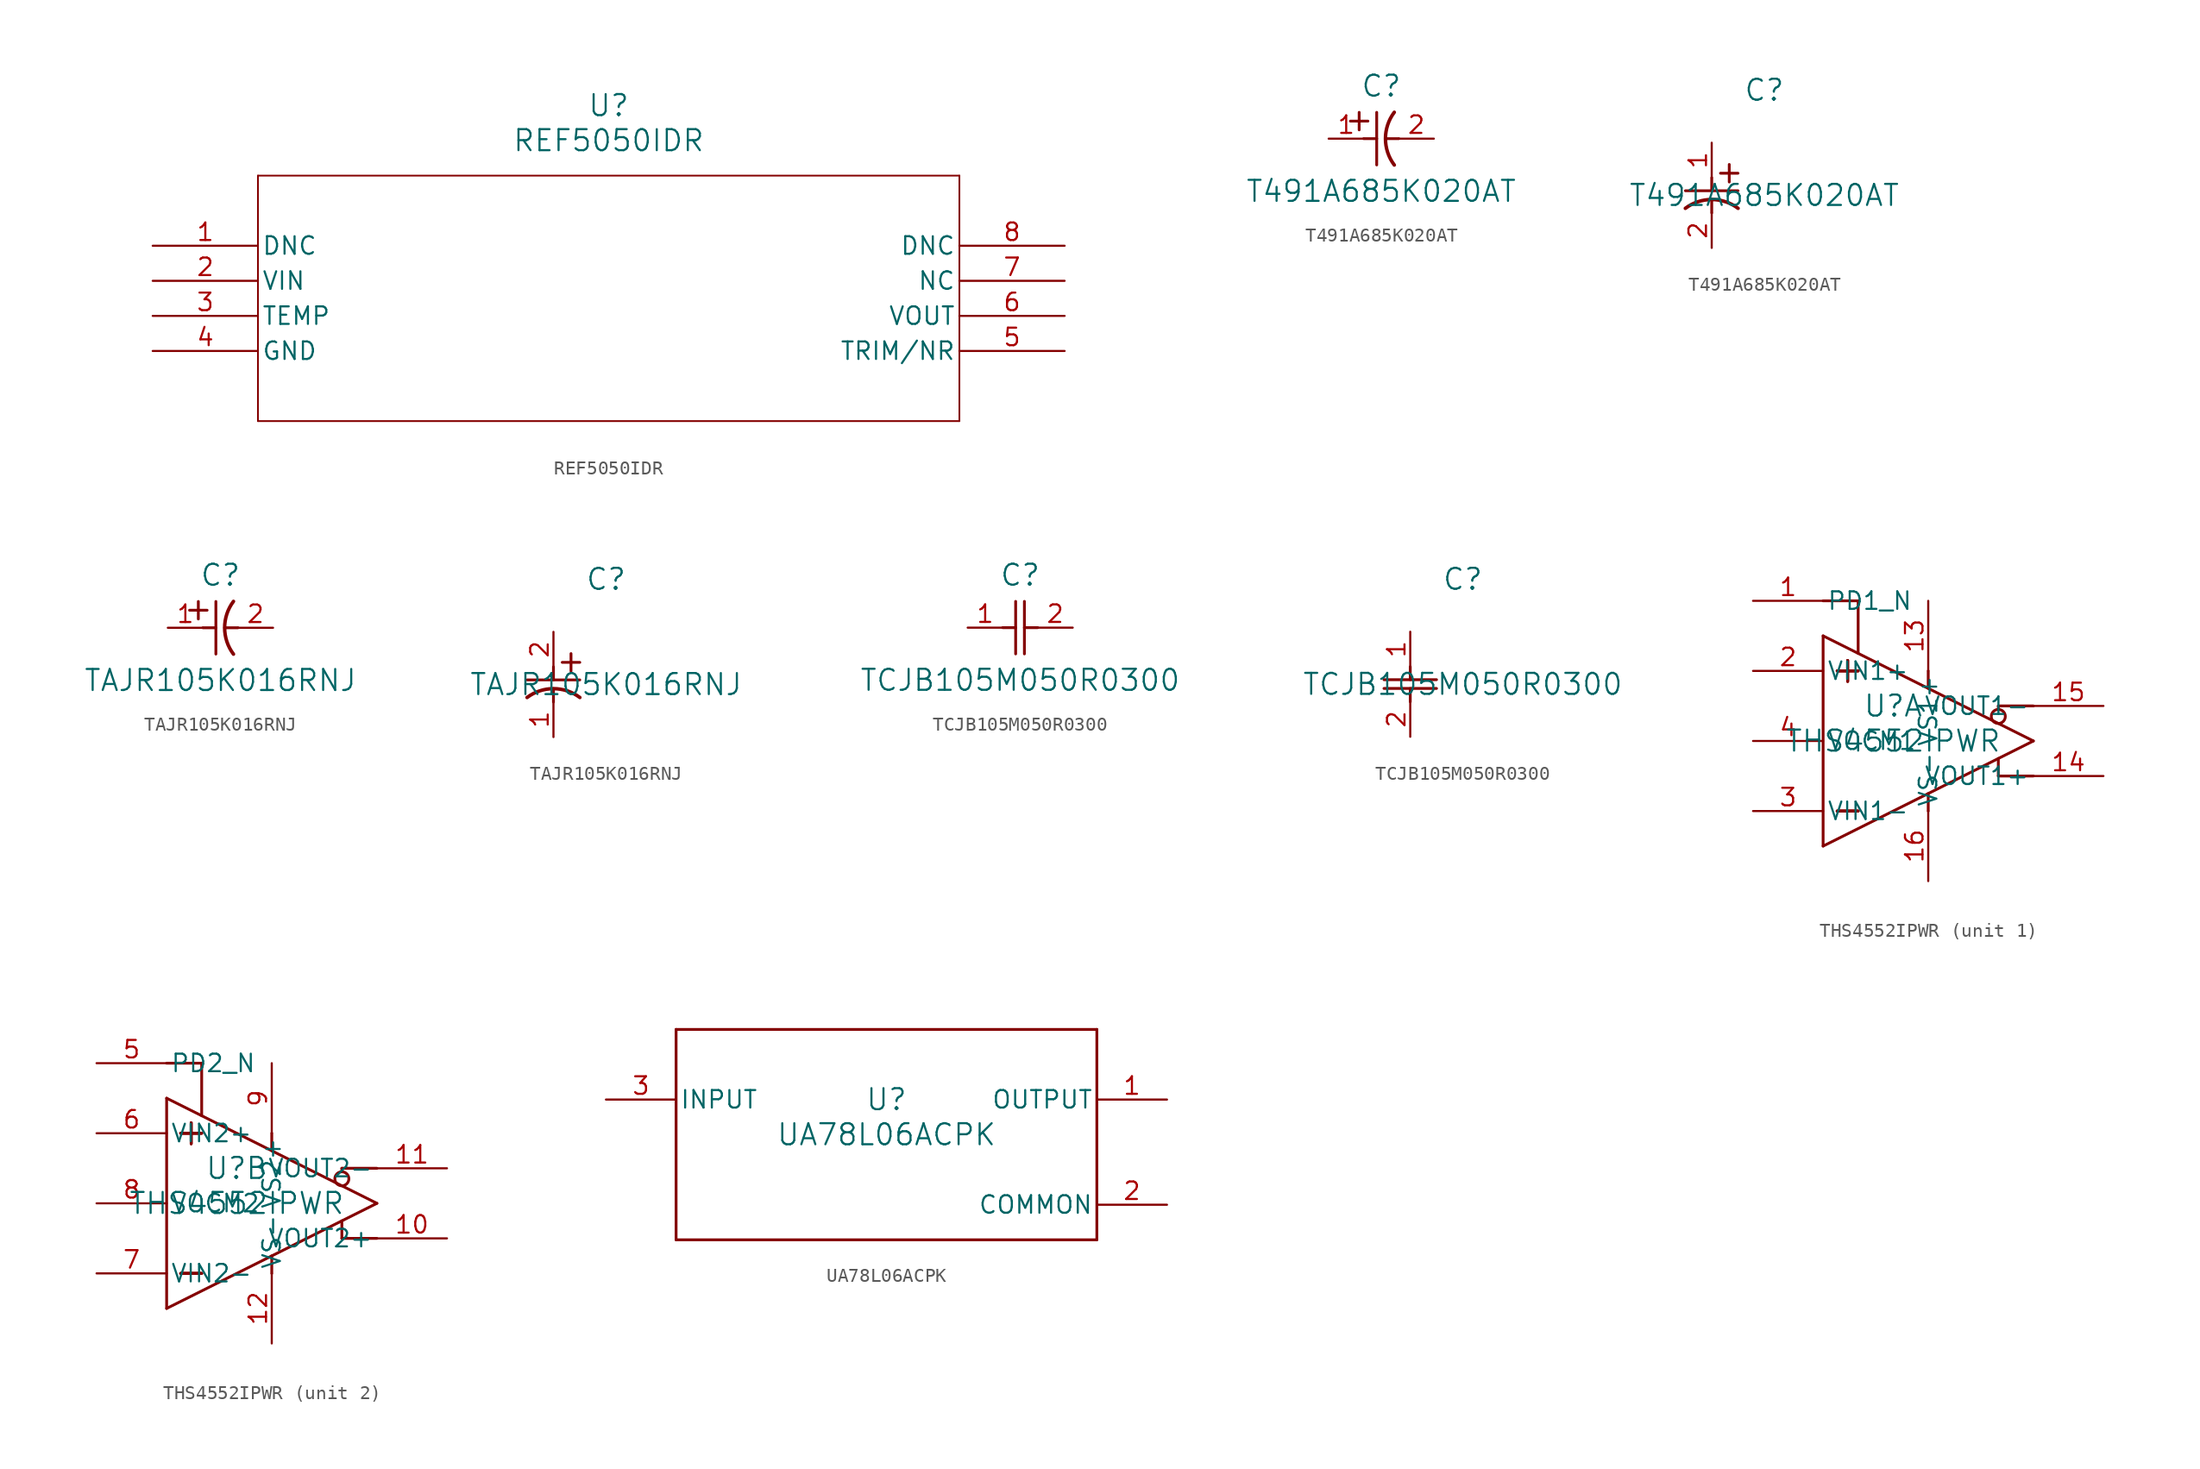
<source format=kicad_sym>
(kicad_symbol_lib
  (version 20241209)
  (generator "kicad_symbol_editor")
  (generator_version "9.0")
  (symbol "REF5050IDR"
    (pin_names
      (offset 0.254))
    (property "Reference" "U"
      (at 33.02 10.16 0)
      (effects (font (size 1.524 1.524))))
    (property "Value" "REF5050IDR"
      (at 33.02 7.62 0)
      (effects (font (size 1.524 1.524))))
    (property "ki_locked" ""
      (at 0 0 0)
      (effects (font (size 1.27 1.27))))
    (symbol "REF5050IDR_0_1"
      (polyline (pts (xy 7.62 5.08) (xy 7.62 -12.7)) (stroke (width 0.127) (type default)) (fill (type none)))
      (polyline (pts (xy 7.62 -12.7) (xy 58.42 -12.7)) (stroke (width 0.127) (type default)) (fill (type none)))
      (polyline (pts (xy 58.42 5.08) (xy 7.62 5.08)) (stroke (width 0.127) (type default)) (fill (type none)))
      (polyline (pts (xy 58.42 -12.7) (xy 58.42 5.08)) (stroke (width 0.127) (type default)) (fill (type none)))
      (pin unspecified line (at 0 0 0) (length 7.62) (name "DNC" (effects (font (size 1.27 1.27)))) (number "1" (effects (font (size 1.27 1.27)))))
      (pin input line (at 0 -2.54 0) (length 7.62) (name "VIN" (effects (font (size 1.27 1.27)))) (number "2" (effects (font (size 1.27 1.27)))))
      (pin unspecified line (at 0 -5.08 0) (length 7.62) (name "TEMP" (effects (font (size 1.27 1.27)))) (number "3" (effects (font (size 1.27 1.27)))))
      (pin unspecified line (at 0 -7.62 0) (length 7.62) (name "GND" (effects (font (size 1.27 1.27)))) (number "4" (effects (font (size 1.27 1.27)))))
      (pin unspecified line (at 66.04 0 180) (length 7.62) (name "DNC" (effects (font (size 1.27 1.27)))) (number "8" (effects (font (size 1.27 1.27)))))
      (pin unspecified line (at 66.04 -2.54 180) (length 7.62) (name "NC" (effects (font (size 1.27 1.27)))) (number "7" (effects (font (size 1.27 1.27)))))
      (pin output line (at 66.04 -5.08 180) (length 7.62) (name "VOUT" (effects (font (size 1.27 1.27)))) (number "6" (effects (font (size 1.27 1.27)))))
      (pin unspecified line (at 66.04 -7.62 180) (length 7.62) (name "TRIM/NR" (effects (font (size 1.27 1.27)))) (number "5" (effects (font (size 1.27 1.27)))))))
  (symbol "T491A685K020AT"
    (pin_names
      (offset 0.254))
    (property "Reference" "C"
      (at 3.81 3.81 0)
      (effects (font (size 1.524 1.524))))
    (property "Value" "T491A685K020AT"
      (at 3.81 -3.81 0)
      (effects (font (size 1.524 1.524))))
    (property "ki_locked" ""
      (at 0 0 0)
      (effects (font (size 1.27 1.27))))
    (symbol "T491A685K020AT_1_1"
      (polyline (pts (xy 1.575 1.27) (xy 2.845 1.27)) (stroke (width 0.203) (type default)) (fill (type none)))
      (polyline (pts (xy 2.21 0.635) (xy 2.21 1.905)) (stroke (width 0.203) (type default)) (fill (type none)))
      (polyline (pts (xy 2.54 0) (xy 3.48 0)) (stroke (width 0.203) (type default)) (fill (type none)))
      (polyline (pts (xy 3.48 -1.905) (xy 3.48 1.905)) (stroke (width 0.203) (type default)) (fill (type none)))
      (polyline (pts (xy 4.115 0) (xy 5.08 0)) (stroke (width 0.203) (type default)) (fill (type none)))
      (arc (start 4.7541 -1.9108) (mid 4.1148 0) (end 4.7541 1.9108) (stroke (width 0.254) (type default)) (fill (type none)))
      (pin unspecified line (at 0 0 0) (length 2.54) (name "" (effects (font (size 1.27 1.27)))) (number "1" (effects (font (size 1.27 1.27)))))
      (pin unspecified line (at 7.62 0 180) (length 2.54) (name "" (effects (font (size 1.27 1.27)))) (number "2" (effects (font (size 1.27 1.27))))))
    (symbol "T491A685K020AT_1_2"
      (polyline (pts (xy -1.905 -3.48) (xy 1.905 -3.48)) (stroke (width 0.203) (type default)) (fill (type none)))
      (polyline (pts (xy 0 -2.54) (xy 0 -3.48)) (stroke (width 0.203) (type default)) (fill (type none)))
      (polyline (pts (xy 0 -4.115) (xy 0 -5.08)) (stroke (width 0.203) (type default)) (fill (type none)))
      (arc (start -1.9108 -4.7541) (mid 0 -4.1148) (end 1.9108 -4.7541) (stroke (width 0.254) (type default)) (fill (type none)))
      (polyline (pts (xy 0.635 -2.21) (xy 1.905 -2.21)) (stroke (width 0.203) (type default)) (fill (type none)))
      (polyline (pts (xy 1.27 -1.575) (xy 1.27 -2.845)) (stroke (width 0.203) (type default)) (fill (type none)))
      (pin unspecified line (at 0 0 270) (length 2.54) (name "" (effects (font (size 1.27 1.27)))) (number "1" (effects (font (size 1.27 1.27)))))
      (pin unspecified line (at 0 -7.62 90) (length 2.54) (name "" (effects (font (size 1.27 1.27)))) (number "2" (effects (font (size 1.27 1.27)))))))
  (symbol "TAJR105K016RNJ"
    (pin_names
      (offset 0.254))
    (property "Reference" "C"
      (at 3.81 3.81 0)
      (effects (font (size 1.524 1.524))))
    (property "Value" "TAJR105K016RNJ"
      (at 3.81 -3.81 0)
      (effects (font (size 1.524 1.524))))
    (property "ki_locked" ""
      (at 0 0 0)
      (effects (font (size 1.27 1.27))))
    (symbol "TAJR105K016RNJ_1_1"
      (polyline (pts (xy 1.575 1.27) (xy 2.845 1.27)) (stroke (width 0.203) (type default)) (fill (type none)))
      (polyline (pts (xy 2.21 0.635) (xy 2.21 1.905)) (stroke (width 0.203) (type default)) (fill (type none)))
      (polyline (pts (xy 2.54 0) (xy 3.48 0)) (stroke (width 0.203) (type default)) (fill (type none)))
      (polyline (pts (xy 3.48 -1.905) (xy 3.48 1.905)) (stroke (width 0.203) (type default)) (fill (type none)))
      (polyline (pts (xy 4.115 0) (xy 5.08 0)) (stroke (width 0.203) (type default)) (fill (type none)))
      (arc (start 4.7541 -1.9108) (mid 4.1148 0) (end 4.7541 1.9108) (stroke (width 0.254) (type default)) (fill (type none)))
      (pin unspecified line (at 0 0 0) (length 2.54) (name "" (effects (font (size 1.27 1.27)))) (number "1" (effects (font (size 1.27 1.27)))))
      (pin unspecified line (at 7.62 0 180) (length 2.54) (name "" (effects (font (size 1.27 1.27)))) (number "2" (effects (font (size 1.27 1.27))))))
    (symbol "TAJR105K016RNJ_1_2"
      (polyline (pts (xy -1.905 -3.48) (xy 1.905 -3.48)) (stroke (width 0.203) (type default)) (fill (type none)))
      (polyline (pts (xy 0 -2.54) (xy 0 -3.48)) (stroke (width 0.203) (type default)) (fill (type none)))
      (polyline (pts (xy 0 -4.115) (xy 0 -5.08)) (stroke (width 0.203) (type default)) (fill (type none)))
      (arc (start -1.9108 -4.7541) (mid 0 -4.1148) (end 1.9108 -4.7541) (stroke (width 0.254) (type default)) (fill (type none)))
      (polyline (pts (xy 0.635 -2.21) (xy 1.905 -2.21)) (stroke (width 0.203) (type default)) (fill (type none)))
      (polyline (pts (xy 1.27 -1.575) (xy 1.27 -2.845)) (stroke (width 0.203) (type default)) (fill (type none)))
      (pin unspecified line (at 0 0 270) (length 2.54) (name "" (effects (font (size 1.27 1.27)))) (number "2" (effects (font (size 1.27 1.27)))))
      (pin unspecified line (at 0 -7.62 90) (length 2.54) (name "" (effects (font (size 1.27 1.27)))) (number "1" (effects (font (size 1.27 1.27)))))))
  (symbol "TCJB105M050R0300"
    (pin_names
      (offset 0.254))
    (property "Reference" "C"
      (at 3.81 3.81 0)
      (effects (font (size 1.524 1.524))))
    (property "Value" "TCJB105M050R0300"
      (at 3.81 -3.81 0)
      (effects (font (size 1.524 1.524))))
    (property "ki_locked" ""
      (at 0 0 0)
      (effects (font (size 1.27 1.27))))
    (symbol "TCJB105M050R0300_1_1"
      (polyline (pts (xy 2.54 0) (xy 3.48 0)) (stroke (width 0.203) (type default)) (fill (type none)))
      (polyline (pts (xy 3.48 -1.905) (xy 3.48 1.905)) (stroke (width 0.203) (type default)) (fill (type none)))
      (polyline (pts (xy 4.115 0) (xy 5.08 0)) (stroke (width 0.203) (type default)) (fill (type none)))
      (polyline (pts (xy 4.115 -1.905) (xy 4.115 1.905)) (stroke (width 0.203) (type default)) (fill (type none)))
      (pin unspecified line (at 0 0 0) (length 2.54) (name "" (effects (font (size 1.27 1.27)))) (number "1" (effects (font (size 1.27 1.27)))))
      (pin unspecified line (at 7.62 0 180) (length 2.54) (name "" (effects (font (size 1.27 1.27)))) (number "2" (effects (font (size 1.27 1.27))))))
    (symbol "TCJB105M050R0300_1_2"
      (polyline (pts (xy -1.905 -3.48) (xy 1.905 -3.48)) (stroke (width 0.203) (type default)) (fill (type none)))
      (polyline (pts (xy -1.905 -4.115) (xy 1.905 -4.115)) (stroke (width 0.203) (type default)) (fill (type none)))
      (polyline (pts (xy 0 -2.54) (xy 0 -3.48)) (stroke (width 0.203) (type default)) (fill (type none)))
      (polyline (pts (xy 0 -4.115) (xy 0 -5.08)) (stroke (width 0.203) (type default)) (fill (type none)))
      (pin unspecified line (at 0 0 270) (length 2.54) (name "" (effects (font (size 1.27 1.27)))) (number "1" (effects (font (size 1.27 1.27)))))
      (pin unspecified line (at 0 -7.62 90) (length 2.54) (name "" (effects (font (size 1.27 1.27)))) (number "2" (effects (font (size 1.27 1.27)))))))
  (symbol "THS4552IPWR"
    (pin_names
      (offset 0.254))
    (property "Reference" "U"
      (at 0 2.54 0)
      (effects (font (size 1.524 1.524))))
    (property "Value" "THS4552IPWR"
      (at 0 0 0)
      (effects (font (size 1.524 1.524))))
    (property "ki_locked" ""
      (at 0 0 0)
      (effects (font (size 1.27 1.27))))
    (symbol "THS4552IPWR_1_1"
      (polyline (pts (xy -5.08 7.62) (xy 10.16 0)) (stroke (width 0.203) (type default)) (fill (type none)))
      (polyline (pts (xy -5.08 -7.62) (xy -5.08 7.62)) (stroke (width 0.203) (type default)) (fill (type none)))
      (polyline (pts (xy -4.064 5.08) (xy -2.54 5.08)) (stroke (width 0.203) (type default)) (fill (type none)))
      (polyline (pts (xy -4.064 5.08) (xy -2.54 5.08)) (stroke (width 0.203) (type default)) (fill (type none)))
      (polyline (pts (xy -4.064 5.08) (xy -2.54 5.08)) (stroke (width 0.203) (type default)) (fill (type none)))
      (polyline (pts (xy -4.064 -5.08) (xy -2.54 -5.08)) (stroke (width 0.203) (type default)) (fill (type none)))
      (polyline (pts (xy -4.064 -5.08) (xy -2.54 -5.08)) (stroke (width 0.203) (type default)) (fill (type none)))
      (polyline (pts (xy -4.064 -5.08) (xy -2.54 -5.08)) (stroke (width 0.203) (type default)) (fill (type none)))
      (polyline (pts (xy -3.302 5.842) (xy -3.302 4.318)) (stroke (width 0.203) (type default)) (fill (type none)))
      (polyline (pts (xy -3.302 5.842) (xy -3.302 4.318)) (stroke (width 0.203) (type default)) (fill (type none)))
      (polyline (pts (xy -3.302 5.842) (xy -3.302 4.318)) (stroke (width 0.203) (type default)) (fill (type none)))
      (polyline (pts (xy -2.54 10.16) (xy -5.08 10.16)) (stroke (width 0.203) (type default)) (fill (type none)))
      (polyline (pts (xy -2.54 6.35) (xy -2.54 10.16)) (stroke (width 0.203) (type default)) (fill (type none)))
      (polyline (pts (xy 2.54 5.08) (xy 2.54 3.81)) (stroke (width 0.203) (type default)) (fill (type none)))
      (polyline (pts (xy 2.54 -5.08) (xy 2.54 -3.81)) (stroke (width 0.203) (type default)) (fill (type none)))
      (polyline (pts (xy 7.62 2.54) (xy 7.62 2.286)) (stroke (width 0.203) (type default)) (fill (type none)))
      (circle (center 7.62 1.778) (radius 0.508) (stroke (width 0.203) (type default)) (fill (type none)))
      (polyline (pts (xy 7.62 -1.27) (xy 7.62 -2.54)) (stroke (width 0.203) (type default)) (fill (type none)))
      (polyline (pts (xy 7.62 -2.54) (xy 10.16 -2.54)) (stroke (width 0.203) (type default)) (fill (type none)))
      (polyline (pts (xy 10.16 2.54) (xy 7.62 2.54)) (stroke (width 0.203) (type default)) (fill (type none)))
      (polyline (pts (xy 10.16 0) (xy -5.08 -7.62)) (stroke (width 0.203) (type default)) (fill (type none)))
      (pin input line (at -10.16 10.16 0) (length 5.08) (name "PD1_N" (effects (font (size 1.27 1.27)))) (number "1" (effects (font (size 1.27 1.27)))))
      (pin input line (at -10.16 5.08 0) (length 5.08) (name "VIN1+" (effects (font (size 1.27 1.27)))) (number "2" (effects (font (size 1.27 1.27)))))
      (pin input line (at -10.16 0 0) (length 5.08) (name "VOCM1" (effects (font (size 1.27 1.27)))) (number "4" (effects (font (size 1.27 1.27)))))
      (pin input line (at -10.16 -5.08 0) (length 5.08) (name "VIN1-" (effects (font (size 1.27 1.27)))) (number "3" (effects (font (size 1.27 1.27)))))
      (pin power_in line (at 2.54 10.16 270) (length 5.08) (name "VS1+" (effects (font (size 1.27 1.27)))) (number "13" (effects (font (size 1.27 1.27)))))
      (pin power_in line (at 2.54 -10.16 90) (length 5.08) (name "VS-" (effects (font (size 1.27 1.27)))) (number "16" (effects (font (size 1.27 1.27)))))
      (pin output line (at 15.24 2.54 180) (length 5.08) (name "VOUT1-" (effects (font (size 1.27 1.27)))) (number "15" (effects (font (size 1.27 1.27)))))
      (pin output line (at 15.24 -2.54 180) (length 5.08) (name "VOUT1+" (effects (font (size 1.27 1.27)))) (number "14" (effects (font (size 1.27 1.27))))))
    (symbol "THS4552IPWR_2_1"
      (polyline (pts (xy -5.08 7.62) (xy 10.16 0)) (stroke (width 0.203) (type default)) (fill (type none)))
      (polyline (pts (xy -5.08 -7.62) (xy -5.08 7.62)) (stroke (width 0.203) (type default)) (fill (type none)))
      (polyline (pts (xy -4.064 5.08) (xy -2.54 5.08)) (stroke (width 0.203) (type default)) (fill (type none)))
      (polyline (pts (xy -4.064 5.08) (xy -2.54 5.08)) (stroke (width 0.203) (type default)) (fill (type none)))
      (polyline (pts (xy -4.064 5.08) (xy -2.54 5.08)) (stroke (width 0.203) (type default)) (fill (type none)))
      (polyline (pts (xy -4.064 -5.08) (xy -2.54 -5.08)) (stroke (width 0.203) (type default)) (fill (type none)))
      (polyline (pts (xy -4.064 -5.08) (xy -2.54 -5.08)) (stroke (width 0.203) (type default)) (fill (type none)))
      (polyline (pts (xy -4.064 -5.08) (xy -2.54 -5.08)) (stroke (width 0.203) (type default)) (fill (type none)))
      (polyline (pts (xy -3.302 5.842) (xy -3.302 4.318)) (stroke (width 0.203) (type default)) (fill (type none)))
      (polyline (pts (xy -3.302 5.842) (xy -3.302 4.318)) (stroke (width 0.203) (type default)) (fill (type none)))
      (polyline (pts (xy -3.302 5.842) (xy -3.302 4.318)) (stroke (width 0.203) (type default)) (fill (type none)))
      (polyline (pts (xy -2.54 10.16) (xy -5.08 10.16)) (stroke (width 0.203) (type default)) (fill (type none)))
      (polyline (pts (xy -2.54 6.35) (xy -2.54 10.16)) (stroke (width 0.203) (type default)) (fill (type none)))
      (polyline (pts (xy 2.54 5.08) (xy 2.54 3.81)) (stroke (width 0.203) (type default)) (fill (type none)))
      (polyline (pts (xy 2.54 -5.08) (xy 2.54 -3.81)) (stroke (width 0.203) (type default)) (fill (type none)))
      (polyline (pts (xy 7.62 2.54) (xy 7.62 2.286)) (stroke (width 0.203) (type default)) (fill (type none)))
      (circle (center 7.62 1.778) (radius 0.508) (stroke (width 0.203) (type default)) (fill (type none)))
      (polyline (pts (xy 7.62 -1.27) (xy 7.62 -2.54)) (stroke (width 0.203) (type default)) (fill (type none)))
      (polyline (pts (xy 7.62 -2.54) (xy 10.16 -2.54)) (stroke (width 0.203) (type default)) (fill (type none)))
      (polyline (pts (xy 10.16 2.54) (xy 7.62 2.54)) (stroke (width 0.203) (type default)) (fill (type none)))
      (polyline (pts (xy 10.16 0) (xy -5.08 -7.62)) (stroke (width 0.203) (type default)) (fill (type none)))
      (pin input line (at -10.16 10.16 0) (length 5.08) (name "PD2_N" (effects (font (size 1.27 1.27)))) (number "5" (effects (font (size 1.27 1.27)))))
      (pin input line (at -10.16 5.08 0) (length 5.08) (name "VIN2+" (effects (font (size 1.27 1.27)))) (number "6" (effects (font (size 1.27 1.27)))))
      (pin input line (at -10.16 0 0) (length 5.08) (name "VOCM2" (effects (font (size 1.27 1.27)))) (number "8" (effects (font (size 1.27 1.27)))))
      (pin input line (at -10.16 -5.08 0) (length 5.08) (name "VIN2-" (effects (font (size 1.27 1.27)))) (number "7" (effects (font (size 1.27 1.27)))))
      (pin power_in line (at 2.54 10.16 270) (length 5.08) (name "VS2+" (effects (font (size 1.27 1.27)))) (number "9" (effects (font (size 1.27 1.27)))))
      (pin power_in line (at 2.54 -10.16 90) (length 5.08) (name "VS-" (effects (font (size 1.27 1.27)))) (number "12" (effects (font (size 1.27 1.27)))))
      (pin output line (at 15.24 2.54 180) (length 5.08) (name "VOUT2-" (effects (font (size 1.27 1.27)))) (number "11" (effects (font (size 1.27 1.27)))))
      (pin output line (at 15.24 -2.54 180) (length 5.08) (name "VOUT2+" (effects (font (size 1.27 1.27)))) (number "10" (effects (font (size 1.27 1.27)))))))
  (symbol "UA78L06ACPK"
    (pin_names
      (offset 0.254))
    (property "Reference" "U"
      (at 0 2.54 0)
      (effects (font (size 1.524 1.524))))
    (property "Value" "UA78L06ACPK"
      (at 0 0 0)
      (effects (font (size 1.524 1.524))))
    (property "ki_locked" ""
      (at 0 0 0)
      (effects (font (size 1.27 1.27))))
    (symbol "UA78L06ACPK_0_1"
      (polyline (pts (xy -15.24 7.62) (xy -15.24 -7.62)) (stroke (width 0.203) (type default)) (fill (type none)))
      (polyline (pts (xy -15.24 -7.62) (xy 15.24 -7.62)) (stroke (width 0.203) (type default)) (fill (type none)))
      (polyline (pts (xy 15.24 7.62) (xy -15.24 7.62)) (stroke (width 0.203) (type default)) (fill (type none)))
      (polyline (pts (xy 15.24 -7.62) (xy 15.24 7.62)) (stroke (width 0.203) (type default)) (fill (type none)))
      (pin power_in line (at -20.32 2.54 0) (length 5.08) (name "INPUT" (effects (font (size 1.27 1.27)))) (number "3" (effects (font (size 1.27 1.27)))))
      (pin power_in line (at 20.32 2.54 180) (length 5.08) (name "OUTPUT" (effects (font (size 1.27 1.27)))) (number "1" (effects (font (size 1.27 1.27)))))
      (pin power_in line (at 20.32 -5.08 180) (length 5.08) (name "COMMON" (effects (font (size 1.27 1.27)))) (number "2" (effects (font (size 1.27 1.27))))))))
</source>
